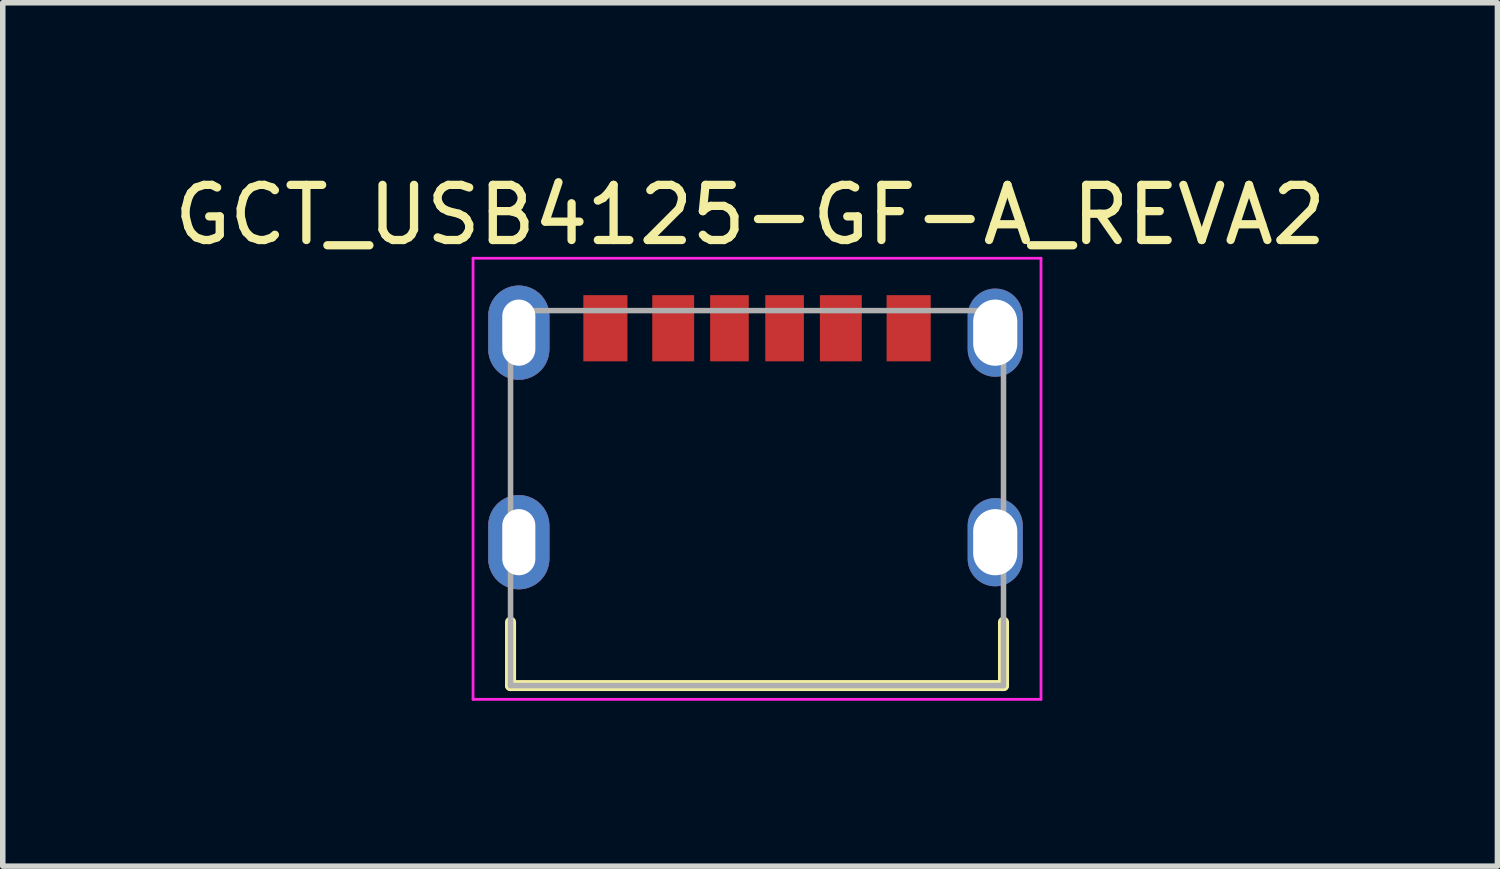
<source format=kicad_pcb>
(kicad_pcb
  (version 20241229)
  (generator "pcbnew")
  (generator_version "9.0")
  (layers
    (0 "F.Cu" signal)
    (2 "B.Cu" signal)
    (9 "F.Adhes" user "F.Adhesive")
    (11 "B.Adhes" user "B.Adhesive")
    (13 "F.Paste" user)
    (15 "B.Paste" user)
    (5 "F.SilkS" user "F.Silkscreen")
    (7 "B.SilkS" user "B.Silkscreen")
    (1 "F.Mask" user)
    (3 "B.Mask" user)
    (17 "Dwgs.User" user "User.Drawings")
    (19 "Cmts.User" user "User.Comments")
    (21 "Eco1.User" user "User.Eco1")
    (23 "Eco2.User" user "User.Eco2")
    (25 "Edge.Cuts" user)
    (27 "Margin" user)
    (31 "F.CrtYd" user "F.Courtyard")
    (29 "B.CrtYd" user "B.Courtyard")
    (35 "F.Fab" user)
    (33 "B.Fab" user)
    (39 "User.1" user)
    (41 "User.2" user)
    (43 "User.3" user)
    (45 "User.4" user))
  (footprint "GCT_USB4125-GF-A_REVA2"
    (layer "F.Cu")
    (at 10.679 5.983)
    (property "Reference" "GCT_USB4125-GF-A_REVA2" (at -0.125 -5.135 0) (layer "F.SilkS") (effects (font (size 1 1) (thickness 0.15))))
    (attr smd)
    (fp_poly (pts (xy -4.32 -3.85) (xy -4.349 -3.849) (xy -4.377 -3.847) (xy -4.406 -3.843) (xy -4.434 -3.838) (xy -4.462 -3.831) (xy -4.49 -3.823) (xy -4.517 -3.813) (xy -4.544 -3.802) (xy -4.57 -3.79) (xy -4.595 -3.776) (xy -4.62 -3.761) (xy -4.643 -3.745) (xy -4.666 -3.727) (xy -4.688 -3.709) (xy -4.709 -3.689) (xy -4.729 -3.668) (xy -4.747 -3.646) (xy -4.765 -3.623) (xy -4.781 -3.6) (xy -4.796 -3.575) (xy -4.81 -3.55) (xy -4.822 -3.524) (xy -4.833 -3.497) (xy -4.843 -3.47) (xy -4.851 -3.442) (xy -4.858 -3.414) (xy -4.863 -3.386) (xy -4.867 -3.357) (xy -4.869 -3.329) (xy -4.87 -3.3) (xy -4.87 -2.7) (xy -4.869 -2.671) (xy -4.867 -2.643) (xy -4.863 -2.614) (xy -4.858 -2.586) (xy -4.851 -2.558) (xy -4.843 -2.53) (xy -4.833 -2.503) (xy -4.822 -2.476) (xy -4.81 -2.45) (xy -4.796 -2.425) (xy -4.781 -2.4) (xy -4.765 -2.377) (xy -4.747 -2.354) (xy -4.729 -2.332) (xy -4.709 -2.311) (xy -4.688 -2.291) (xy -4.666 -2.273) (xy -4.643 -2.255) (xy -4.62 -2.239) (xy -4.595 -2.224) (xy -4.57 -2.21) (xy -4.544 -2.198) (xy -4.517 -2.187) (xy -4.49 -2.177) (xy -4.462 -2.169) (xy -4.434 -2.162) (xy -4.406 -2.157) (xy -4.377 -2.153) (xy -4.349 -2.151) (xy -4.32 -2.15) (xy -4.291 -2.151) (xy -4.263 -2.153) (xy -4.234 -2.157) (xy -4.206 -2.162) (xy -4.178 -2.169) (xy -4.15 -2.177) (xy -4.123 -2.187) (xy -4.096 -2.198) (xy -4.07 -2.21) (xy -4.045 -2.224) (xy -4.02 -2.239) (xy -3.997 -2.255) (xy -3.974 -2.273) (xy -3.952 -2.291) (xy -3.931 -2.311) (xy -3.911 -2.332) (xy -3.893 -2.354) (xy -3.875 -2.377) (xy -3.859 -2.4) (xy -3.844 -2.425) (xy -3.83 -2.45) (xy -3.818 -2.476) (xy -3.807 -2.503) (xy -3.797 -2.53) (xy -3.789 -2.558) (xy -3.782 -2.586) (xy -3.777 -2.614) (xy -3.773 -2.643) (xy -3.771 -2.671) (xy -3.77 -2.7) (xy -3.77 -3.3) (xy -3.771 -3.329) (xy -3.773 -3.357) (xy -3.777 -3.386) (xy -3.782 -3.414) (xy -3.789 -3.442) (xy -3.797 -3.47) (xy -3.807 -3.497) (xy -3.818 -3.524) (xy -3.83 -3.55) (xy -3.844 -3.575) (xy -3.859 -3.6) (xy -3.875 -3.623) (xy -3.893 -3.646) (xy -3.911 -3.668) (xy -3.931 -3.689) (xy -3.952 -3.709) (xy -3.974 -3.727) (xy -3.997 -3.745) (xy -4.02 -3.761) (xy -4.045 -3.776) (xy -4.07 -3.79) (xy -4.096 -3.802) (xy -4.123 -3.813) (xy -4.15 -3.823) (xy -4.178 -3.831) (xy -4.206 -3.838) (xy -4.234 -3.843) (xy -4.263 -3.847) (xy -4.291 -3.849) (xy -4.32 -3.85)) (stroke (width 0.01) (type solid)) (fill yes) (layer "F.Cu"))
    (fp_poly (pts (xy -4.32 -0.05) (xy -4.349 -0.049) (xy -4.377 -0.047) (xy -4.406 -0.043) (xy -4.434 -0.038) (xy -4.462 -0.031) (xy -4.49 -0.023) (xy -4.517 -0.013) (xy -4.544 -0.002) (xy -4.57 0.01) (xy -4.595 0.024) (xy -4.62 0.039) (xy -4.643 0.055) (xy -4.666 0.073) (xy -4.688 0.091) (xy -4.709 0.111) (xy -4.729 0.132) (xy -4.747 0.154) (xy -4.765 0.177) (xy -4.781 0.2) (xy -4.796 0.225) (xy -4.81 0.25) (xy -4.822 0.276) (xy -4.833 0.303) (xy -4.843 0.33) (xy -4.851 0.358) (xy -4.858 0.386) (xy -4.863 0.414) (xy -4.867 0.443) (xy -4.869 0.471) (xy -4.87 0.5) (xy -4.87 1.1) (xy -4.869 1.129) (xy -4.867 1.157) (xy -4.863 1.186) (xy -4.858 1.214) (xy -4.851 1.242) (xy -4.843 1.27) (xy -4.833 1.297) (xy -4.822 1.324) (xy -4.81 1.35) (xy -4.796 1.375) (xy -4.781 1.4) (xy -4.765 1.423) (xy -4.747 1.446) (xy -4.729 1.468) (xy -4.709 1.489) (xy -4.688 1.509) (xy -4.666 1.527) (xy -4.643 1.545) (xy -4.62 1.561) (xy -4.595 1.576) (xy -4.57 1.59) (xy -4.544 1.602) (xy -4.517 1.613) (xy -4.49 1.623) (xy -4.462 1.631) (xy -4.434 1.638) (xy -4.406 1.643) (xy -4.377 1.647) (xy -4.349 1.649) (xy -4.32 1.65) (xy -4.291 1.649) (xy -4.263 1.647) (xy -4.234 1.643) (xy -4.206 1.638) (xy -4.178 1.631) (xy -4.15 1.623) (xy -4.123 1.613) (xy -4.096 1.602) (xy -4.07 1.59) (xy -4.045 1.576) (xy -4.02 1.561) (xy -3.997 1.545) (xy -3.974 1.527) (xy -3.952 1.509) (xy -3.931 1.489) (xy -3.911 1.468) (xy -3.893 1.446) (xy -3.875 1.423) (xy -3.859 1.4) (xy -3.844 1.375) (xy -3.83 1.35) (xy -3.818 1.324) (xy -3.807 1.297) (xy -3.797 1.27) (xy -3.789 1.242) (xy -3.782 1.214) (xy -3.777 1.186) (xy -3.773 1.157) (xy -3.771 1.129) (xy -3.77 1.1) (xy -3.77 0.5) (xy -3.771 0.471) (xy -3.773 0.443) (xy -3.777 0.414) (xy -3.782 0.386) (xy -3.789 0.358) (xy -3.797 0.33) (xy -3.807 0.303) (xy -3.818 0.276) (xy -3.83 0.25) (xy -3.844 0.225) (xy -3.859 0.2) (xy -3.875 0.177) (xy -3.893 0.154) (xy -3.911 0.132) (xy -3.931 0.111) (xy -3.952 0.091) (xy -3.974 0.073) (xy -3.997 0.055) (xy -4.02 0.039) (xy -4.045 0.024) (xy -4.07 0.01) (xy -4.096 -0.002) (xy -4.123 -0.013) (xy -4.15 -0.023) (xy -4.178 -0.031) (xy -4.206 -0.038) (xy -4.234 -0.043) (xy -4.263 -0.047) (xy -4.291 -0.049) (xy -4.32 -0.05)) (stroke (width 0.01) (type solid)) (fill yes) (layer "F.Cu"))
    (fp_poly (pts (xy -4.32 -3.95) (xy -4.354 -3.949) (xy -4.388 -3.946) (xy -4.422 -3.942) (xy -4.455 -3.936) (xy -4.488 -3.928) (xy -4.521 -3.918) (xy -4.553 -3.907) (xy -4.584 -3.894) (xy -4.615 -3.879) (xy -4.645 -3.863) (xy -4.674 -3.845) (xy -4.702 -3.826) (xy -4.729 -3.805) (xy -4.755 -3.783) (xy -4.78 -3.76) (xy -4.803 -3.735) (xy -4.825 -3.709) (xy -4.846 -3.682) (xy -4.865 -3.654) (xy -4.883 -3.625) (xy -4.899 -3.595) (xy -4.914 -3.564) (xy -4.927 -3.533) (xy -4.938 -3.501) (xy -4.948 -3.468) (xy -4.956 -3.435) (xy -4.962 -3.402) (xy -4.966 -3.368) (xy -4.969 -3.334) (xy -4.97 -3.3) (xy -4.97 -2.7) (xy -4.969 -2.666) (xy -4.966 -2.632) (xy -4.962 -2.598) (xy -4.956 -2.565) (xy -4.948 -2.532) (xy -4.938 -2.499) (xy -4.927 -2.467) (xy -4.914 -2.436) (xy -4.899 -2.405) (xy -4.883 -2.375) (xy -4.865 -2.346) (xy -4.846 -2.318) (xy -4.825 -2.291) (xy -4.803 -2.265) (xy -4.78 -2.24) (xy -4.755 -2.217) (xy -4.729 -2.195) (xy -4.702 -2.174) (xy -4.674 -2.155) (xy -4.645 -2.137) (xy -4.615 -2.121) (xy -4.584 -2.106) (xy -4.553 -2.093) (xy -4.521 -2.082) (xy -4.488 -2.072) (xy -4.455 -2.064) (xy -4.422 -2.058) (xy -4.388 -2.054) (xy -4.354 -2.051) (xy -4.32 -2.05) (xy -4.286 -2.051) (xy -4.252 -2.054) (xy -4.218 -2.058) (xy -4.185 -2.064) (xy -4.152 -2.072) (xy -4.119 -2.082) (xy -4.087 -2.093) (xy -4.056 -2.106) (xy -4.025 -2.121) (xy -3.995 -2.137) (xy -3.966 -2.155) (xy -3.938 -2.174) (xy -3.911 -2.195) (xy -3.885 -2.217) (xy -3.86 -2.24) (xy -3.837 -2.265) (xy -3.815 -2.291) (xy -3.794 -2.318) (xy -3.775 -2.346) (xy -3.757 -2.375) (xy -3.741 -2.405) (xy -3.726 -2.436) (xy -3.713 -2.467) (xy -3.702 -2.499) (xy -3.692 -2.532) (xy -3.684 -2.565) (xy -3.678 -2.598) (xy -3.674 -2.632) (xy -3.671 -2.666) (xy -3.67 -2.7) (xy -3.67 -3.3) (xy -3.671 -3.334) (xy -3.674 -3.368) (xy -3.678 -3.402) (xy -3.684 -3.435) (xy -3.692 -3.468) (xy -3.702 -3.501) (xy -3.713 -3.533) (xy -3.726 -3.564) (xy -3.741 -3.595) (xy -3.757 -3.625) (xy -3.775 -3.654) (xy -3.794 -3.682) (xy -3.815 -3.709) (xy -3.837 -3.735) (xy -3.86 -3.76) (xy -3.885 -3.783) (xy -3.911 -3.805) (xy -3.938 -3.826) (xy -3.966 -3.845) (xy -3.995 -3.863) (xy -4.025 -3.879) (xy -4.056 -3.894) (xy -4.087 -3.907) (xy -4.119 -3.918) (xy -4.152 -3.928) (xy -4.185 -3.936) (xy -4.218 -3.942) (xy -4.252 -3.946) (xy -4.286 -3.949) (xy -4.32 -3.95)) (stroke (width 0.01) (type solid)) (fill yes) (layer "F.Mask"))
    (fp_poly (pts (xy -4.32 -0.15) (xy -4.354 -0.149) (xy -4.388 -0.146) (xy -4.422 -0.142) (xy -4.455 -0.136) (xy -4.488 -0.128) (xy -4.521 -0.118) (xy -4.553 -0.107) (xy -4.584 -0.094) (xy -4.615 -0.079) (xy -4.645 -0.063) (xy -4.674 -0.045) (xy -4.702 -0.026) (xy -4.729 -0.005) (xy -4.755 0.017) (xy -4.78 0.04) (xy -4.803 0.065) (xy -4.825 0.091) (xy -4.846 0.118) (xy -4.865 0.146) (xy -4.883 0.175) (xy -4.899 0.205) (xy -4.914 0.236) (xy -4.927 0.267) (xy -4.938 0.299) (xy -4.948 0.332) (xy -4.956 0.365) (xy -4.962 0.398) (xy -4.966 0.432) (xy -4.969 0.466) (xy -4.97 0.5) (xy -4.97 1.1) (xy -4.969 1.134) (xy -4.966 1.168) (xy -4.962 1.202) (xy -4.956 1.235) (xy -4.948 1.268) (xy -4.938 1.301) (xy -4.927 1.333) (xy -4.914 1.364) (xy -4.899 1.395) (xy -4.883 1.425) (xy -4.865 1.454) (xy -4.846 1.482) (xy -4.825 1.509) (xy -4.803 1.535) (xy -4.78 1.56) (xy -4.755 1.583) (xy -4.729 1.605) (xy -4.702 1.626) (xy -4.674 1.645) (xy -4.645 1.663) (xy -4.615 1.679) (xy -4.584 1.694) (xy -4.553 1.707) (xy -4.521 1.718) (xy -4.488 1.728) (xy -4.455 1.736) (xy -4.422 1.742) (xy -4.388 1.746) (xy -4.354 1.749) (xy -4.32 1.75) (xy -4.286 1.749) (xy -4.252 1.746) (xy -4.218 1.742) (xy -4.185 1.736) (xy -4.152 1.728) (xy -4.119 1.718) (xy -4.087 1.707) (xy -4.056 1.694) (xy -4.025 1.679) (xy -3.995 1.663) (xy -3.966 1.645) (xy -3.938 1.626) (xy -3.911 1.605) (xy -3.885 1.583) (xy -3.86 1.56) (xy -3.837 1.535) (xy -3.815 1.509) (xy -3.794 1.482) (xy -3.775 1.454) (xy -3.757 1.425) (xy -3.741 1.395) (xy -3.726 1.364) (xy -3.713 1.333) (xy -3.702 1.301) (xy -3.692 1.268) (xy -3.684 1.235) (xy -3.678 1.202) (xy -3.674 1.168) (xy -3.671 1.134) (xy -3.67 1.1) (xy -3.67 0.5) (xy -3.671 0.466) (xy -3.674 0.432) (xy -3.678 0.398) (xy -3.684 0.365) (xy -3.692 0.332) (xy -3.702 0.299) (xy -3.713 0.267) (xy -3.726 0.236) (xy -3.741 0.205) (xy -3.757 0.175) (xy -3.775 0.146) (xy -3.794 0.118) (xy -3.815 0.091) (xy -3.837 0.065) (xy -3.86 0.04) (xy -3.885 0.017) (xy -3.911 -0.005) (xy -3.938 -0.026) (xy -3.966 -0.045) (xy -3.995 -0.063) (xy -4.025 -0.079) (xy -4.056 -0.094) (xy -4.087 -0.107) (xy -4.119 -0.118) (xy -4.152 -0.128) (xy -4.185 -0.136) (xy -4.218 -0.142) (xy -4.252 -0.146) (xy -4.286 -0.149) (xy -4.32 -0.15)) (stroke (width 0.01) (type solid)) (fill yes) (layer "F.Mask"))
    (fp_poly (pts (xy -4.32 -3.85) (xy -4.349 -3.849) (xy -4.377 -3.847) (xy -4.406 -3.843) (xy -4.434 -3.838) (xy -4.462 -3.831) (xy -4.49 -3.823) (xy -4.517 -3.813) (xy -4.544 -3.802) (xy -4.57 -3.79) (xy -4.595 -3.776) (xy -4.62 -3.761) (xy -4.643 -3.745) (xy -4.666 -3.727) (xy -4.688 -3.709) (xy -4.709 -3.689) (xy -4.729 -3.668) (xy -4.747 -3.646) (xy -4.765 -3.623) (xy -4.781 -3.6) (xy -4.796 -3.575) (xy -4.81 -3.55) (xy -4.822 -3.524) (xy -4.833 -3.497) (xy -4.843 -3.47) (xy -4.851 -3.442) (xy -4.858 -3.414) (xy -4.863 -3.386) (xy -4.867 -3.357) (xy -4.869 -3.329) (xy -4.87 -3.3) (xy -4.87 -2.7) (xy -4.869 -2.671) (xy -4.867 -2.643) (xy -4.863 -2.614) (xy -4.858 -2.586) (xy -4.851 -2.558) (xy -4.843 -2.53) (xy -4.833 -2.503) (xy -4.822 -2.476) (xy -4.81 -2.45) (xy -4.796 -2.425) (xy -4.781 -2.4) (xy -4.765 -2.377) (xy -4.747 -2.354) (xy -4.729 -2.332) (xy -4.709 -2.311) (xy -4.688 -2.291) (xy -4.666 -2.273) (xy -4.643 -2.255) (xy -4.62 -2.239) (xy -4.595 -2.224) (xy -4.57 -2.21) (xy -4.544 -2.198) (xy -4.517 -2.187) (xy -4.49 -2.177) (xy -4.462 -2.169) (xy -4.434 -2.162) (xy -4.406 -2.157) (xy -4.377 -2.153) (xy -4.349 -2.151) (xy -4.32 -2.15) (xy -4.291 -2.151) (xy -4.263 -2.153) (xy -4.234 -2.157) (xy -4.206 -2.162) (xy -4.178 -2.169) (xy -4.15 -2.177) (xy -4.123 -2.187) (xy -4.096 -2.198) (xy -4.07 -2.21) (xy -4.045 -2.224) (xy -4.02 -2.239) (xy -3.997 -2.255) (xy -3.974 -2.273) (xy -3.952 -2.291) (xy -3.931 -2.311) (xy -3.911 -2.332) (xy -3.893 -2.354) (xy -3.875 -2.377) (xy -3.859 -2.4) (xy -3.844 -2.425) (xy -3.83 -2.45) (xy -3.818 -2.476) (xy -3.807 -2.503) (xy -3.797 -2.53) (xy -3.789 -2.558) (xy -3.782 -2.586) (xy -3.777 -2.614) (xy -3.773 -2.643) (xy -3.771 -2.671) (xy -3.77 -2.7) (xy -3.77 -3.3) (xy -3.771 -3.329) (xy -3.773 -3.357) (xy -3.777 -3.386) (xy -3.782 -3.414) (xy -3.789 -3.442) (xy -3.797 -3.47) (xy -3.807 -3.497) (xy -3.818 -3.524) (xy -3.83 -3.55) (xy -3.844 -3.575) (xy -3.859 -3.6) (xy -3.875 -3.623) (xy -3.893 -3.646) (xy -3.911 -3.668) (xy -3.931 -3.689) (xy -3.952 -3.709) (xy -3.974 -3.727) (xy -3.997 -3.745) (xy -4.02 -3.761) (xy -4.045 -3.776) (xy -4.07 -3.79) (xy -4.096 -3.802) (xy -4.123 -3.813) (xy -4.15 -3.823) (xy -4.178 -3.831) (xy -4.206 -3.838) (xy -4.234 -3.843) (xy -4.263 -3.847) (xy -4.291 -3.849) (xy -4.32 -3.85)) (stroke (width 0.01) (type solid)) (fill yes) (layer "B.Cu"))
    (fp_poly (pts (xy -4.32 -0.05) (xy -4.349 -0.049) (xy -4.377 -0.047) (xy -4.406 -0.043) (xy -4.434 -0.038) (xy -4.462 -0.031) (xy -4.49 -0.023) (xy -4.517 -0.013) (xy -4.544 -0.002) (xy -4.57 0.01) (xy -4.595 0.024) (xy -4.62 0.039) (xy -4.643 0.055) (xy -4.666 0.073) (xy -4.688 0.091) (xy -4.709 0.111) (xy -4.729 0.132) (xy -4.747 0.154) (xy -4.765 0.177) (xy -4.781 0.2) (xy -4.796 0.225) (xy -4.81 0.25) (xy -4.822 0.276) (xy -4.833 0.303) (xy -4.843 0.33) (xy -4.851 0.358) (xy -4.858 0.386) (xy -4.863 0.414) (xy -4.867 0.443) (xy -4.869 0.471) (xy -4.87 0.5) (xy -4.87 1.1) (xy -4.869 1.129) (xy -4.867 1.157) (xy -4.863 1.186) (xy -4.858 1.214) (xy -4.851 1.242) (xy -4.843 1.27) (xy -4.833 1.297) (xy -4.822 1.324) (xy -4.81 1.35) (xy -4.796 1.375) (xy -4.781 1.4) (xy -4.765 1.423) (xy -4.747 1.446) (xy -4.729 1.468) (xy -4.709 1.489) (xy -4.688 1.509) (xy -4.666 1.527) (xy -4.643 1.545) (xy -4.62 1.561) (xy -4.595 1.576) (xy -4.57 1.59) (xy -4.544 1.602) (xy -4.517 1.613) (xy -4.49 1.623) (xy -4.462 1.631) (xy -4.434 1.638) (xy -4.406 1.643) (xy -4.377 1.647) (xy -4.349 1.649) (xy -4.32 1.65) (xy -4.291 1.649) (xy -4.263 1.647) (xy -4.234 1.643) (xy -4.206 1.638) (xy -4.178 1.631) (xy -4.15 1.623) (xy -4.123 1.613) (xy -4.096 1.602) (xy -4.07 1.59) (xy -4.045 1.576) (xy -4.02 1.561) (xy -3.997 1.545) (xy -3.974 1.527) (xy -3.952 1.509) (xy -3.931 1.489) (xy -3.911 1.468) (xy -3.893 1.446) (xy -3.875 1.423) (xy -3.859 1.4) (xy -3.844 1.375) (xy -3.83 1.35) (xy -3.818 1.324) (xy -3.807 1.297) (xy -3.797 1.27) (xy -3.789 1.242) (xy -3.782 1.214) (xy -3.777 1.186) (xy -3.773 1.157) (xy -3.771 1.129) (xy -3.77 1.1) (xy -3.77 0.5) (xy -3.771 0.471) (xy -3.773 0.443) (xy -3.777 0.414) (xy -3.782 0.386) (xy -3.789 0.358) (xy -3.797 0.33) (xy -3.807 0.303) (xy -3.818 0.276) (xy -3.83 0.25) (xy -3.844 0.225) (xy -3.859 0.2) (xy -3.875 0.177) (xy -3.893 0.154) (xy -3.911 0.132) (xy -3.931 0.111) (xy -3.952 0.091) (xy -3.974 0.073) (xy -3.997 0.055) (xy -4.02 0.039) (xy -4.045 0.024) (xy -4.07 0.01) (xy -4.096 -0.002) (xy -4.123 -0.013) (xy -4.15 -0.023) (xy -4.178 -0.031) (xy -4.206 -0.038) (xy -4.234 -0.043) (xy -4.263 -0.047) (xy -4.291 -0.049) (xy -4.32 -0.05)) (stroke (width 0.01) (type solid)) (fill yes) (layer "B.Cu"))
    (fp_poly (pts (xy -4.32 -3.95) (xy -4.354 -3.949) (xy -4.388 -3.946) (xy -4.422 -3.942) (xy -4.455 -3.936) (xy -4.488 -3.928) (xy -4.521 -3.918) (xy -4.553 -3.907) (xy -4.584 -3.894) (xy -4.615 -3.879) (xy -4.645 -3.863) (xy -4.674 -3.845) (xy -4.702 -3.826) (xy -4.729 -3.805) (xy -4.755 -3.783) (xy -4.78 -3.76) (xy -4.803 -3.735) (xy -4.825 -3.709) (xy -4.846 -3.682) (xy -4.865 -3.654) (xy -4.883 -3.625) (xy -4.899 -3.595) (xy -4.914 -3.564) (xy -4.927 -3.533) (xy -4.938 -3.501) (xy -4.948 -3.468) (xy -4.956 -3.435) (xy -4.962 -3.402) (xy -4.966 -3.368) (xy -4.969 -3.334) (xy -4.97 -3.3) (xy -4.97 -2.7) (xy -4.969 -2.666) (xy -4.966 -2.632) (xy -4.962 -2.598) (xy -4.956 -2.565) (xy -4.948 -2.532) (xy -4.938 -2.499) (xy -4.927 -2.467) (xy -4.914 -2.436) (xy -4.899 -2.405) (xy -4.883 -2.375) (xy -4.865 -2.346) (xy -4.846 -2.318) (xy -4.825 -2.291) (xy -4.803 -2.265) (xy -4.78 -2.24) (xy -4.755 -2.217) (xy -4.729 -2.195) (xy -4.702 -2.174) (xy -4.674 -2.155) (xy -4.645 -2.137) (xy -4.615 -2.121) (xy -4.584 -2.106) (xy -4.553 -2.093) (xy -4.521 -2.082) (xy -4.488 -2.072) (xy -4.455 -2.064) (xy -4.422 -2.058) (xy -4.388 -2.054) (xy -4.354 -2.051) (xy -4.32 -2.05) (xy -4.286 -2.051) (xy -4.252 -2.054) (xy -4.218 -2.058) (xy -4.185 -2.064) (xy -4.152 -2.072) (xy -4.119 -2.082) (xy -4.087 -2.093) (xy -4.056 -2.106) (xy -4.025 -2.121) (xy -3.995 -2.137) (xy -3.966 -2.155) (xy -3.938 -2.174) (xy -3.911 -2.195) (xy -3.885 -2.217) (xy -3.86 -2.24) (xy -3.837 -2.265) (xy -3.815 -2.291) (xy -3.794 -2.318) (xy -3.775 -2.346) (xy -3.757 -2.375) (xy -3.741 -2.405) (xy -3.726 -2.436) (xy -3.713 -2.467) (xy -3.702 -2.499) (xy -3.692 -2.532) (xy -3.684 -2.565) (xy -3.678 -2.598) (xy -3.674 -2.632) (xy -3.671 -2.666) (xy -3.67 -2.7) (xy -3.67 -3.3) (xy -3.671 -3.334) (xy -3.674 -3.368) (xy -3.678 -3.402) (xy -3.684 -3.435) (xy -3.692 -3.468) (xy -3.702 -3.501) (xy -3.713 -3.533) (xy -3.726 -3.564) (xy -3.741 -3.595) (xy -3.757 -3.625) (xy -3.775 -3.654) (xy -3.794 -3.682) (xy -3.815 -3.709) (xy -3.837 -3.735) (xy -3.86 -3.76) (xy -3.885 -3.783) (xy -3.911 -3.805) (xy -3.938 -3.826) (xy -3.966 -3.845) (xy -3.995 -3.863) (xy -4.025 -3.879) (xy -4.056 -3.894) (xy -4.087 -3.907) (xy -4.119 -3.918) (xy -4.152 -3.928) (xy -4.185 -3.936) (xy -4.218 -3.942) (xy -4.252 -3.946) (xy -4.286 -3.949) (xy -4.32 -3.95)) (stroke (width 0.01) (type solid)) (fill yes) (layer "B.Mask"))
    (fp_poly (pts (xy -4.32 -0.15) (xy -4.354 -0.149) (xy -4.388 -0.146) (xy -4.422 -0.142) (xy -4.455 -0.136) (xy -4.488 -0.128) (xy -4.521 -0.118) (xy -4.553 -0.107) (xy -4.584 -0.094) (xy -4.615 -0.079) (xy -4.645 -0.063) (xy -4.674 -0.045) (xy -4.702 -0.026) (xy -4.729 -0.005) (xy -4.755 0.017) (xy -4.78 0.04) (xy -4.803 0.065) (xy -4.825 0.091) (xy -4.846 0.118) (xy -4.865 0.146) (xy -4.883 0.175) (xy -4.899 0.205) (xy -4.914 0.236) (xy -4.927 0.267) (xy -4.938 0.299) (xy -4.948 0.332) (xy -4.956 0.365) (xy -4.962 0.398) (xy -4.966 0.432) (xy -4.969 0.466) (xy -4.97 0.5) (xy -4.97 1.1) (xy -4.969 1.134) (xy -4.966 1.168) (xy -4.962 1.202) (xy -4.956 1.235) (xy -4.948 1.268) (xy -4.938 1.301) (xy -4.927 1.333) (xy -4.914 1.364) (xy -4.899 1.395) (xy -4.883 1.425) (xy -4.865 1.454) (xy -4.846 1.482) (xy -4.825 1.509) (xy -4.803 1.535) (xy -4.78 1.56) (xy -4.755 1.583) (xy -4.729 1.605) (xy -4.702 1.626) (xy -4.674 1.645) (xy -4.645 1.663) (xy -4.615 1.679) (xy -4.584 1.694) (xy -4.553 1.707) (xy -4.521 1.718) (xy -4.488 1.728) (xy -4.455 1.736) (xy -4.422 1.742) (xy -4.388 1.746) (xy -4.354 1.749) (xy -4.32 1.75) (xy -4.286 1.749) (xy -4.252 1.746) (xy -4.218 1.742) (xy -4.185 1.736) (xy -4.152 1.728) (xy -4.119 1.718) (xy -4.087 1.707) (xy -4.056 1.694) (xy -4.025 1.679) (xy -3.995 1.663) (xy -3.966 1.645) (xy -3.938 1.626) (xy -3.911 1.605) (xy -3.885 1.583) (xy -3.86 1.56) (xy -3.837 1.535) (xy -3.815 1.509) (xy -3.794 1.482) (xy -3.775 1.454) (xy -3.757 1.425) (xy -3.741 1.395) (xy -3.726 1.364) (xy -3.713 1.333) (xy -3.702 1.301) (xy -3.692 1.268) (xy -3.684 1.235) (xy -3.678 1.202) (xy -3.674 1.168) (xy -3.671 1.134) (xy -3.67 1.1) (xy -3.67 0.5) (xy -3.671 0.466) (xy -3.674 0.432) (xy -3.678 0.398) (xy -3.684 0.365) (xy -3.692 0.332) (xy -3.702 0.299) (xy -3.713 0.267) (xy -3.726 0.236) (xy -3.741 0.205) (xy -3.757 0.175) (xy -3.775 0.146) (xy -3.794 0.118) (xy -3.815 0.091) (xy -3.837 0.065) (xy -3.86 0.04) (xy -3.885 0.017) (xy -3.911 -0.005) (xy -3.938 -0.026) (xy -3.966 -0.045) (xy -3.995 -0.063) (xy -4.025 -0.079) (xy -4.056 -0.094) (xy -4.087 -0.107) (xy -4.119 -0.118) (xy -4.152 -0.128) (xy -4.185 -0.136) (xy -4.218 -0.142) (xy -4.252 -0.146) (xy -4.286 -0.149) (xy -4.32 -0.15)) (stroke (width 0.01) (type solid)) (fill yes) (layer "B.Mask"))
    (fp_line (start -4.47 2.25) (end -4.47 3.4) (stroke (width 0.2) (type solid)) (layer "F.SilkS"))
    (fp_line (start -4.47 3.4) (end 4.47 3.4) (stroke (width 0.2) (type solid)) (layer "F.SilkS"))
    (fp_line (start 4.47 3.4) (end 4.47 2.25) (stroke (width 0.2) (type solid)) (layer "F.SilkS"))
    (fp_line (start -5.15 -4.35) (end 5.15 -4.35) (stroke (width 0.05) (type solid)) (layer "F.CrtYd"))
    (fp_line (start -5.15 3.65) (end -5.15 -4.35) (stroke (width 0.05) (type solid)) (layer "F.CrtYd"))
    (fp_line (start 5.15 -4.35) (end 5.15 3.65) (stroke (width 0.05) (type solid)) (layer "F.CrtYd"))
    (fp_line (start 5.15 3.65) (end -5.15 3.65) (stroke (width 0.05) (type solid)) (layer "F.CrtYd"))
    (fp_line (start -4.47 -3.4) (end 4.47 -3.4) (stroke (width 0.1) (type solid)) (layer "F.Fab"))
    (fp_line (start -4.47 3.4) (end -4.47 -3.4) (stroke (width 0.1) (type solid)) (layer "F.Fab"))
    (fp_line (start 4.47 -3.4) (end 4.47 3.4) (stroke (width 0.1) (type solid)) (layer "F.Fab"))
    (fp_line (start 4.47 3.4) (end -4.47 3.4) (stroke (width 0.1) (type solid)) (layer "F.Fab"))
    (pad "A5" smd rect (at -0.5 -3.08) (size 0.7 1.2) (layers "F.Cu" "F.Mask" "F.Paste"))
    (pad "A9" smd rect (at 1.52 -3.08) (size 0.76 1.2) (layers "F.Cu" "F.Mask" "F.Paste"))
    (pad "A12" smd rect (at 2.75 -3.08) (size 0.8 1.2) (layers "F.Cu" "F.Mask" "F.Paste"))
    (pad "B5" smd rect (at 0.5 -3.08) (size 0.7 1.2) (layers "F.Cu" "F.Mask" "F.Paste"))
    (pad "B9" smd rect (at -1.52 -3.08) (size 0.76 1.2) (layers "F.Cu" "F.Mask" "F.Paste"))
    (pad "B12" smd rect (at -2.75 -3.08) (size 0.8 1.2) (layers "F.Cu" "F.Mask" "F.Paste"))
    (pad "S1" thru_hole oval (at -4.32 -3) (size 0.8 1.6) (drill oval 0.6 1.2) (layers "*.Cu"))
    (pad "S2" thru_hole oval (at 4.32 -3) (size 1 1.6) (drill oval 0.8 1.2) (layers "*.Cu" "*.Mask"))
    (pad "S3" thru_hole oval (at -4.32 0.8) (size 0.8 1.6) (drill oval 0.6 1.2) (layers "*.Cu"))
    (pad "S4" thru_hole oval (at 4.32 0.8) (size 1 1.6) (drill oval 0.8 1.2) (layers "*.Cu" "*.Mask")))
  (gr_rect
    (start -3 -3)
    (end 24.107 12.658)
    (stroke (width 0.1) (type default))
    (fill no)
    (layer "Edge.Cuts")))
</source>
